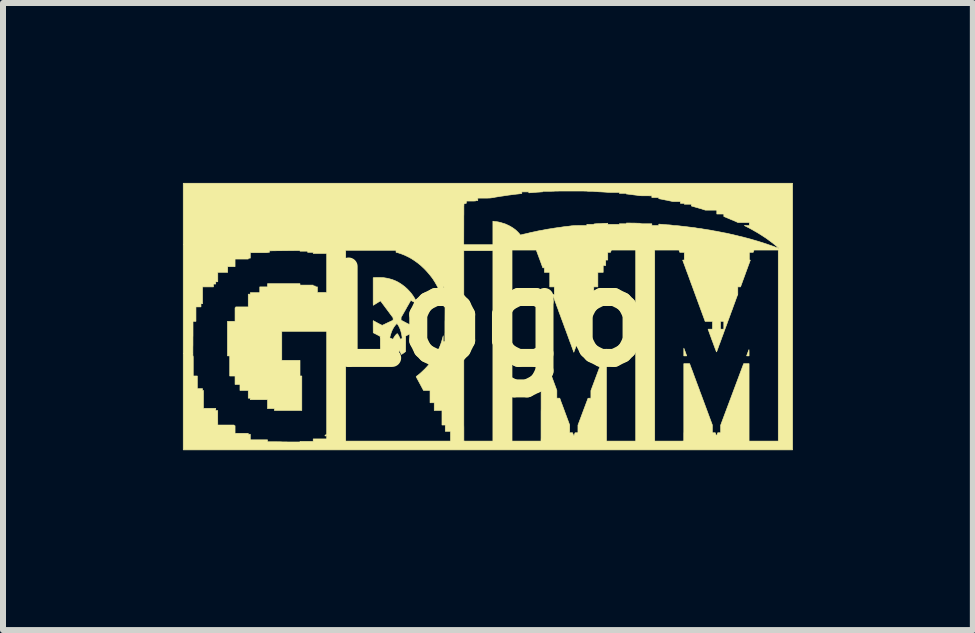
<source format=kicad_pcb>
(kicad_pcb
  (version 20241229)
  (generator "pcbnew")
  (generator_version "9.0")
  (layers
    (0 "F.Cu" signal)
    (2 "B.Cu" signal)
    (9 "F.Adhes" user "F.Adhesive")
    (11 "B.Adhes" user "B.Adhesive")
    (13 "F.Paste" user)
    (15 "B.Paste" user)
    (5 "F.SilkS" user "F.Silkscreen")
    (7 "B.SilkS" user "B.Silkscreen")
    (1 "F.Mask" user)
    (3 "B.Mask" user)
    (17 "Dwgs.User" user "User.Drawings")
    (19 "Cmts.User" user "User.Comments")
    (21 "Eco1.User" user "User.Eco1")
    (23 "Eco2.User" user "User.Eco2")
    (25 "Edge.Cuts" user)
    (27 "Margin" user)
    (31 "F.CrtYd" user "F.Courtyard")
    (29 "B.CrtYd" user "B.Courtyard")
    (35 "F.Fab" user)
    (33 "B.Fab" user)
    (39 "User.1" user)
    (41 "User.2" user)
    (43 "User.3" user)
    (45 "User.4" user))
  (footprint "Logo"
    (layer "F.Cu")
    (at 5.085 2.228)
    (property "Reference" "Logo" (at 0 0 0) (layer "F.SilkS") (effects (font (size 1.524 1.524) (thickness 0.3))))
    (attr through_hole)
    (fp_poly (pts (xy 4.352 0.552) (xy 4.353 0.557) (xy 4.353 0.565) (xy 4.354 0.576) (xy 4.354 0.589) (xy 4.354 0.602) (xy 4.354 0.656) (xy 4.334 0.656) (xy 4.325 0.656) (xy 4.318 0.656) (xy 4.314 0.655) (xy 4.314 0.654) (xy 4.314 0.652) (xy 4.316 0.647) (xy 4.319 0.638) (xy 4.323 0.628) (xy 4.327 0.616) (xy 4.332 0.604) (xy 4.337 0.591) (xy 4.341 0.579) (xy 4.345 0.569) (xy 4.349 0.56) (xy 4.351 0.553) (xy 4.352 0.551) (xy 4.352 0.552)) (stroke (width 0.01) (type solid)) (fill yes) (layer "F.SilkS"))
    (fp_poly (pts (xy 3.268 0.529) (xy 3.27 0.535) (xy 3.273 0.544) (xy 3.277 0.555) (xy 3.282 0.568) (xy 3.288 0.582) (xy 3.29 0.588) (xy 3.296 0.604) (xy 3.301 0.618) (xy 3.305 0.63) (xy 3.309 0.64) (xy 3.312 0.648) (xy 3.313 0.652) (xy 3.314 0.652) (xy 3.314 0.654) (xy 3.313 0.655) (xy 3.31 0.656) (xy 3.304 0.656) (xy 3.295 0.656) (xy 3.291 0.656) (xy 3.266 0.656) (xy 3.266 0.591) (xy 3.266 0.575) (xy 3.266 0.561) (xy 3.266 0.548) (xy 3.266 0.538) (xy 3.267 0.531) (xy 3.267 0.528) (xy 3.267 0.527) (xy 3.268 0.529)) (stroke (width 0.01) (type solid)) (fill yes) (layer "F.SilkS"))
    (fp_poly (pts (xy -1.822 -0.651) (xy -1.801 -0.651) (xy -1.783 -0.65) (xy -1.768 -0.65) (xy -1.756 -0.65) (xy -1.745 -0.649) (xy -1.736 -0.648) (xy -1.73 -0.647) (xy -1.681 -0.639) (xy -1.635 -0.628) (xy -1.591 -0.615) (xy -1.55 -0.599) (xy -1.541 -0.595) (xy -1.498 -0.574) (xy -1.457 -0.549) (xy -1.416 -0.52) (xy -1.377 -0.489) (xy -1.34 -0.455) (xy -1.305 -0.418) (xy -1.273 -0.38) (xy -1.244 -0.339) (xy -1.229 -0.315) (xy -1.222 -0.304) (xy -1.215 -0.292) (xy -1.208 -0.279) (xy -1.202 -0.266) (xy -1.195 -0.253) (xy -1.19 -0.241) (xy -1.186 -0.231) (xy -1.182 -0.224) (xy -1.181 -0.218) (xy -1.181 -0.216) (xy -1.184 -0.217) (xy -1.19 -0.22) (xy -1.2 -0.224) (xy -1.213 -0.231) (xy -1.228 -0.239) (xy -1.246 -0.249) (xy -1.252 -0.252) (xy -1.263 -0.258) (xy -1.272 -0.263) (xy -1.279 -0.267) (xy -1.284 -0.27) (xy -1.286 -0.27) (xy -1.287 -0.269) (xy -1.29 -0.263) (xy -1.295 -0.255) (xy -1.301 -0.244) (xy -1.309 -0.23) (xy -1.318 -0.214) (xy -1.328 -0.196) (xy -1.34 -0.176) (xy -1.352 -0.155) (xy -1.364 -0.132) (xy -1.367 -0.127) (xy -1.448 0.015) (xy -1.448 0.038) (xy -1.448 0.06) (xy -1.376 0.098) (xy -1.357 0.108) (xy -1.341 0.116) (xy -1.329 0.122) (xy -1.319 0.127) (xy -1.312 0.13) (xy -1.307 0.133) (xy -1.303 0.134) (xy -1.3 0.134) (xy -1.299 0.134) (xy -1.296 0.132) (xy -1.291 0.128) (xy -1.283 0.121) (xy -1.274 0.113) (xy -1.262 0.103) (xy -1.25 0.093) (xy -1.237 0.081) (xy -1.223 0.069) (xy -1.209 0.057) (xy -1.196 0.045) (xy -1.184 0.034) (xy -1.172 0.024) (xy -1.162 0.015) (xy -1.154 0.008) (xy -1.149 0.003) (xy -1.135 -0.011) (xy -1.134 -0.004) (xy -1.133 0.001) (xy -1.133 0.01) (xy -1.133 0.022) (xy -1.132 0.035) (xy -1.133 0.049) (xy -1.133 0.064) (xy -1.133 0.078) (xy -1.134 0.091) (xy -1.134 0.101) (xy -1.135 0.102) (xy -1.137 0.125) (xy -1.14 0.148) (xy -1.143 0.171) (xy -1.147 0.191) (xy -1.15 0.208) (xy -1.248 0.26) (xy -1.267 0.27) (xy -1.285 0.28) (xy -1.303 0.289) (xy -1.318 0.297) (xy -1.332 0.304) (xy -1.343 0.31) (xy -1.352 0.315) (xy -1.357 0.318) (xy -1.358 0.318) (xy -1.371 0.325) (xy -1.371 0.453) (xy -1.372 0.582) (xy -1.384 0.592) (xy -1.39 0.597) (xy -1.398 0.602) (xy -1.407 0.609) (xy -1.417 0.615) (xy -1.425 0.621) (xy -1.433 0.626) (xy -1.439 0.629) (xy -1.442 0.631) (xy -1.442 0.631) (xy -1.444 0.629) (xy -1.446 0.625) (xy -1.451 0.613) (xy -1.456 0.602) (xy -1.462 0.591) (xy -1.467 0.581) (xy -1.472 0.574) (xy -1.475 0.569) (xy -1.477 0.567) (xy -1.479 0.569) (xy -1.481 0.573) (xy -1.484 0.581) (xy -1.487 0.592) (xy -1.489 0.597) (xy -1.491 0.605) (xy -1.493 0.615) (xy -1.495 0.626) (xy -1.497 0.638) (xy -1.499 0.648) (xy -1.5 0.657) (xy -1.501 0.663) (xy -1.501 0.663) (xy -1.503 0.665) (xy -1.507 0.668) (xy -1.515 0.671) (xy -1.523 0.675) (xy -1.532 0.678) (xy -1.54 0.682) (xy -1.547 0.684) (xy -1.551 0.685) (xy -1.553 0.685) (xy -1.554 0.683) (xy -1.557 0.677) (xy -1.56 0.67) (xy -1.563 0.662) (xy -1.567 0.651) (xy -1.572 0.64) (xy -1.577 0.63) (xy -1.581 0.622) (xy -1.584 0.615) (xy -1.587 0.612) (xy -1.588 0.612) (xy -1.59 0.614) (xy -1.592 0.619) (xy -1.595 0.627) (xy -1.598 0.638) (xy -1.602 0.649) (xy -1.605 0.662) (xy -1.608 0.674) (xy -1.61 0.686) (xy -1.611 0.692) (xy -1.612 0.7) (xy -1.613 0.705) (xy -1.613 0.708) (xy -1.613 0.708) (xy -1.616 0.709) (xy -1.621 0.711) (xy -1.629 0.712) (xy -1.637 0.715) (xy -1.646 0.717) (xy -1.653 0.718) (xy -1.658 0.719) (xy -1.66 0.72) (xy -1.662 0.718) (xy -1.665 0.713) (xy -1.668 0.704) (xy -1.669 0.701) (xy -1.673 0.69) (xy -1.678 0.678) (xy -1.683 0.666) (xy -1.689 0.655) (xy -1.694 0.646) (xy -1.696 0.643) (xy -1.699 0.64) (xy -1.701 0.64) (xy -1.703 0.642) (xy -1.706 0.647) (xy -1.709 0.655) (xy -1.712 0.665) (xy -1.716 0.677) (xy -1.719 0.689) (xy -1.721 0.7) (xy -1.723 0.709) (xy -1.724 0.718) (xy -1.726 0.725) (xy -1.727 0.729) (xy -1.727 0.73) (xy -1.73 0.731) (xy -1.736 0.733) (xy -1.746 0.734) (xy -1.758 0.735) (xy -1.772 0.737) (xy -1.779 0.737) (xy -1.793 0.738) (xy -1.793 0.537) (xy -1.793 0.501) (xy -1.794 0.469) (xy -1.794 0.44) (xy -1.794 0.416) (xy -1.794 0.395) (xy -1.794 0.377) (xy -1.795 0.362) (xy -1.795 0.352) (xy -1.636 0.352) (xy -1.635 0.355) (xy -1.633 0.357) (xy -1.628 0.359) (xy -1.62 0.363) (xy -1.611 0.367) (xy -1.61 0.367) (xy -1.6 0.371) (xy -1.593 0.374) (xy -1.588 0.375) (xy -1.585 0.376) (xy -1.583 0.375) (xy -1.581 0.374) (xy -1.578 0.37) (xy -1.577 0.368) (xy -1.576 0.365) (xy -1.573 0.359) (xy -1.568 0.352) (xy -1.563 0.343) (xy -1.557 0.334) (xy -1.552 0.326) (xy -1.548 0.32) (xy -1.541 0.312) (xy -1.533 0.303) (xy -1.526 0.295) (xy -1.525 0.295) (xy -1.518 0.289) (xy -1.514 0.286) (xy -1.511 0.285) (xy -1.51 0.286) (xy -1.505 0.291) (xy -1.5 0.299) (xy -1.493 0.309) (xy -1.487 0.322) (xy -1.48 0.335) (xy -1.473 0.348) (xy -1.467 0.361) (xy -1.464 0.369) (xy -1.46 0.378) (xy -1.449 0.374) (xy -1.443 0.372) (xy -1.437 0.369) (xy -1.435 0.368) (xy -1.432 0.366) (xy -1.431 0.362) (xy -1.431 0.355) (xy -1.431 0.345) (xy -1.433 0.332) (xy -1.433 0.33) (xy -1.438 0.3) (xy -1.445 0.27) (xy -1.453 0.24) (xy -1.463 0.211) (xy -1.475 0.183) (xy -1.487 0.159) (xy -1.5 0.137) (xy -1.505 0.131) (xy -1.516 0.116) (xy -1.524 0.123) (xy -1.534 0.132) (xy -1.545 0.145) (xy -1.557 0.16) (xy -1.569 0.178) (xy -1.58 0.197) (xy -1.591 0.216) (xy -1.597 0.23) (xy -1.602 0.24) (xy -1.607 0.253) (xy -1.612 0.267) (xy -1.617 0.282) (xy -1.622 0.297) (xy -1.626 0.311) (xy -1.63 0.324) (xy -1.633 0.336) (xy -1.635 0.346) (xy -1.636 0.352) (xy -1.795 0.352) (xy -1.795 0.351) (xy -1.795 0.342) (xy -1.796 0.336) (xy -1.796 0.332) (xy -1.796 0.331) (xy -1.799 0.329) (xy -1.805 0.326) (xy -1.813 0.321) (xy -1.825 0.314) (xy -1.838 0.308) (xy -1.853 0.3) (xy -1.856 0.298) (xy -1.912 0.27) (xy -1.913 0.169) (xy -1.913 0.149) (xy -1.913 0.13) (xy -1.913 0.113) (xy -1.913 0.098) (xy -1.913 0.085) (xy -1.913 0.076) (xy -1.912 0.07) (xy -1.912 0.068) (xy -1.912 0.068) (xy -1.909 0.069) (xy -1.905 0.072) (xy -1.903 0.073) (xy -1.898 0.076) (xy -1.891 0.08) (xy -1.881 0.085) (xy -1.869 0.092) (xy -1.856 0.099) (xy -1.842 0.106) (xy -1.828 0.114) (xy -1.814 0.121) (xy -1.801 0.128) (xy -1.789 0.134) (xy -1.778 0.139) (xy -1.771 0.143) (xy -1.765 0.145) (xy -1.764 0.146) (xy -1.761 0.145) (xy -1.755 0.143) (xy -1.746 0.139) (xy -1.734 0.133) (xy -1.72 0.127) (xy -1.705 0.119) (xy -1.687 0.111) (xy -1.671 0.103) (xy -1.581 0.061) (xy -1.581 0.02) (xy -1.686 -0.121) (xy -1.791 -0.262) (xy -1.81 -0.25) (xy -1.818 -0.245) (xy -1.829 -0.239) (xy -1.841 -0.231) (xy -1.854 -0.223) (xy -1.868 -0.215) (xy -1.87 -0.213) (xy -1.882 -0.206) (xy -1.892 -0.2) (xy -1.901 -0.194) (xy -1.907 -0.191) (xy -1.911 -0.189) (xy -1.912 -0.188) (xy -1.912 -0.19) (xy -1.912 -0.196) (xy -1.912 -0.206) (xy -1.913 -0.219) (xy -1.913 -0.236) (xy -1.913 -0.255) (xy -1.913 -0.277) (xy -1.913 -0.301) (xy -1.913 -0.327) (xy -1.913 -0.355) (xy -1.913 -0.384) (xy -1.913 -0.415) (xy -1.913 -0.647) (xy -1.901 -0.649) (xy -1.896 -0.65) (xy -1.887 -0.65) (xy -1.876 -0.65) (xy -1.862 -0.651) (xy -1.846 -0.651) (xy -1.829 -0.651) (xy -1.822 -0.651)) (stroke (width 0.01) (type solid)) (fill yes) (layer "F.SilkS"))
    (fp_poly (pts (xy 5.08 2.223) (xy -5.08 2.223) (xy -5.08 0.598) (xy -4.919 0.598) (xy -4.919 0.612) (xy -4.919 0.624) (xy -4.919 0.634) (xy -4.919 0.641) (xy -4.919 0.647) (xy -4.918 0.651) (xy -4.918 0.654) (xy -4.917 0.655) (xy -4.917 0.656) (xy -4.916 0.656) (xy -4.916 0.656) (xy -4.915 0.657) (xy -4.915 0.659) (xy -4.914 0.662) (xy -4.914 0.667) (xy -4.914 0.673) (xy -4.913 0.681) (xy -4.913 0.691) (xy -4.913 0.704) (xy -4.913 0.72) (xy -4.913 0.739) (xy -4.913 0.762) (xy -4.913 0.788) (xy -4.913 0.817) (xy -4.913 0.991) (xy -4.845 0.991) (xy -4.845 1.202) (xy -4.758 1.202) (xy -4.758 1.232) (xy -4.743 1.232) (xy -4.743 1.53) (xy -4.538 1.53) (xy -4.538 1.566) (xy -4.522 1.567) (xy -4.505 1.567) (xy -4.505 1.688) (xy -4.504 1.808) (xy -4.233 1.808) (xy -4.233 1.814) (xy -4.233 1.818) (xy -4.231 1.82) (xy -4.227 1.82) (xy -4.225 1.82) (xy -4.216 1.82) (xy -4.216 1.947) (xy -3.996 1.947) (xy -3.996 1.962) (xy -3.962 1.962) (xy -3.962 2.055) (xy -3.675 2.055) (xy -3.675 2.087) (xy -3.567 2.087) (xy -3.545 2.087) (xy -3.524 2.087) (xy -3.504 2.088) (xy -3.486 2.088) (xy -3.47 2.088) (xy -3.457 2.088) (xy -3.447 2.089) (xy -3.44 2.089) (xy -3.44 2.089) (xy -3.434 2.089) (xy -3.425 2.09) (xy -3.412 2.09) (xy -3.396 2.09) (xy -3.378 2.09) (xy -3.357 2.09) (xy -3.335 2.091) (xy -3.311 2.091) (xy -3.286 2.091) (xy -3.276 2.091) (xy -3.133 2.091) (xy -3.133 2.081) (xy -2.913 2.081) (xy -2.913 2.04) (xy -2.688 2.04) (xy -2.688 2.012) (xy -2.688 2.001) (xy -2.688 1.993) (xy -2.689 1.986) (xy -2.689 1.983) (xy -2.689 1.983) (xy -2.691 1.984) (xy -2.696 1.986) (xy -2.699 1.988) (xy -2.706 1.991) (xy -2.712 1.991) (xy -2.717 1.989) (xy -2.718 1.985) (xy -2.716 1.982) (xy -2.71 1.977) (xy -2.703 1.971) (xy -2.688 1.962) (xy -2.688 0.246) (xy -3.437 0.246) (xy -3.437 0.73) (xy -3.133 0.73) (xy -3.133 0.991) (xy -3.103 0.991) (xy -3.103 1.566) (xy -3.56 1.566) (xy -3.56 1.535) (xy -3.675 1.535) (xy -3.675 1.386) (xy -3.962 1.386) (xy -3.962 1.361) (xy -3.996 1.361) (xy -3.996 1.232) (xy -4.134 1.232) (xy -4.134 1.132) (xy -4.216 1.132) (xy -4.216 0.991) (xy -4.305 0.991) (xy -4.305 0.656) (xy -4.343 0.656) (xy -4.343 0.08) (xy -4.216 0.08) (xy -4.216 -0.146) (xy -4.21 -0.146) (xy -4.206 -0.146) (xy -4.204 -0.149) (xy -4.204 -0.153) (xy -4.204 -0.161) (xy -3.996 -0.161) (xy -3.996 -0.373) (xy -3.962 -0.373) (xy -3.962 -0.398) (xy -3.804 -0.398) (xy -3.804 -0.495) (xy -3.675 -0.495) (xy -3.675 -0.548) (xy -3.133 -0.548) (xy -3.133 -0.525) (xy -2.913 -0.525) (xy -2.913 -0.51) (xy -2.879 -0.51) (xy -2.879 -0.495) (xy -2.843 -0.495) (xy -2.843 -0.402) (xy -2.688 -0.402) (xy -2.688 -1.052) (xy -2.913 -1.052) (xy -2.913 -1.071) (xy -3.006 -1.071) (xy -3.006 -1.09) (xy -3.133 -1.09) (xy -3.133 -1.101) (xy -3.287 -1.1) (xy -3.315 -1.1) (xy -3.346 -1.099) (xy -3.376 -1.099) (xy -3.407 -1.099) (xy -3.438 -1.098) (xy -3.467 -1.098) (xy -3.494 -1.098) (xy -3.518 -1.098) (xy -3.539 -1.097) (xy -3.542 -1.097) (xy -3.643 -1.096) (xy -3.643 -1.071) (xy -3.659 -1.071) (xy -3.667 -1.071) (xy -3.672 -1.07) (xy -3.674 -1.069) (xy -3.675 -1.068) (xy -3.675 -1.067) (xy -3.676 -1.067) (xy -3.679 -1.066) (xy -3.683 -1.066) (xy -3.689 -1.066) (xy -3.697 -1.065) (xy -3.707 -1.065) (xy -3.721 -1.065) (xy -3.737 -1.065) (xy -3.756 -1.065) (xy -3.779 -1.065) (xy -3.806 -1.065) (xy -3.818 -1.065) (xy -3.962 -1.065) (xy -3.962 -0.974) (xy -3.996 -0.974) (xy -3.996 -0.959) (xy -4.216 -0.959) (xy -4.216 -0.832) (xy -4.339 -0.832) (xy -4.339 -0.737) (xy -4.504 -0.737) (xy -4.504 -0.58) (xy -4.538 -0.58) (xy -4.538 -0.542) (xy -4.576 -0.542) (xy -4.576 -0.495) (xy -4.758 -0.495) (xy -4.758 -0.214) (xy -4.784 -0.214) (xy -4.784 -0.161) (xy -4.868 -0.161) (xy -4.868 0.08) (xy -4.917 0.08) (xy -4.917 0.187) (xy -4.917 0.207) (xy -4.917 0.23) (xy -4.917 0.256) (xy -4.917 0.285) (xy -4.917 0.315) (xy -4.918 0.347) (xy -4.918 0.379) (xy -4.918 0.412) (xy -4.918 0.443) (xy -4.918 0.474) (xy -4.918 0.475) (xy -4.919 0.507) (xy -4.919 0.535) (xy -4.919 0.559) (xy -4.919 0.58) (xy -4.919 0.598) (xy -5.08 0.598) (xy -5.08 -1.105) (xy -2.371 -1.105) (xy -2.371 2.076) (xy -0.624 2.076) (xy -0.624 1.913) (xy -0.711 1.913) (xy -0.711 1.808) (xy -0.766 1.808) (xy -0.766 1.566) (xy -0.895 1.566) (xy -0.895 1.437) (xy -0.965 1.437) (xy -0.965 1.232) (xy -1.02 1.232) (xy -1.074 1.232) (xy -1.133 1.121) (xy -1.144 1.101) (xy -1.154 1.082) (xy -1.164 1.064) (xy -1.172 1.048) (xy -1.18 1.034) (xy -1.186 1.023) (xy -1.191 1.014) (xy -1.194 1.008) (xy -1.195 1.006) (xy -1.196 1.004) (xy -1.196 1.002) (xy -1.195 1) (xy -1.191 0.997) (xy -1.186 0.992) (xy -1.177 0.985) (xy -1.172 0.982) (xy -1.149 0.964) (xy -1.128 0.946) (xy -1.107 0.927) (xy -1.086 0.907) (xy -1.063 0.885) (xy -1.058 0.881) (xy -1.009 0.829) (xy -0.964 0.775) (xy -0.922 0.72) (xy -0.885 0.663) (xy -0.851 0.604) (xy -0.821 0.544) (xy -0.794 0.481) (xy -0.772 0.417) (xy -0.754 0.353) (xy -0.745 0.321) (xy -0.745 0.368) (xy -0.745 0.415) (xy -0.718 0.415) (xy -0.718 0.308) (xy -0.718 0.289) (xy -0.717 0.266) (xy -0.717 0.239) (xy -0.717 0.211) (xy -0.717 0.18) (xy -0.717 0.149) (xy -0.717 0.116) (xy -0.717 0.084) (xy -0.716 0.052) (xy -0.716 0.021) (xy -0.716 0.02) (xy -0.715 -0.161) (xy -0.732 -0.161) (xy -0.732 -0.495) (xy -0.745 -0.495) (xy -0.745 -0.366) (xy -0.745 -0.236) (xy -0.754 -0.268) (xy -0.773 -0.334) (xy -0.796 -0.399) (xy -0.823 -0.462) (xy -0.854 -0.523) (xy -0.888 -0.582) (xy -0.926 -0.64) (xy -0.969 -0.695) (xy -1.015 -0.749) (xy -1.064 -0.801) (xy -1.07 -0.806) (xy -1.12 -0.853) (xy -1.172 -0.895) (xy -1.225 -0.933) (xy -1.279 -0.968) (xy -1.335 -0.998) (xy -1.392 -1.025) (xy -1.451 -1.048) (xy -1.486 -1.059) (xy -1.497 -1.063) (xy -1.508 -1.066) (xy -1.517 -1.068) (xy -1.523 -1.07) (xy -1.525 -1.07) (xy -1.532 -1.072) (xy -1.532 -1.099) (xy -0.402 -1.099) (xy -0.402 0.488) (xy -0.402 0.569) (xy -0.402 0.65) (xy -0.402 0.73) (xy -0.402 0.808) (xy -0.402 0.885) (xy -0.402 0.961) (xy -0.402 1.035) (xy -0.402 1.107) (xy -0.402 1.178) (xy -0.402 1.246) (xy -0.402 1.313) (xy -0.402 1.378) (xy -0.402 1.44) (xy -0.402 1.5) (xy -0.402 1.558) (xy -0.402 1.613) (xy -0.402 1.666) (xy -0.402 1.716) (xy -0.402 1.763) (xy -0.402 1.808) (xy -0.401 1.849) (xy -0.401 1.887) (xy -0.401 1.922) (xy -0.401 1.954) (xy -0.401 1.982) (xy -0.401 2.007) (xy -0.401 2.028) (xy -0.401 2.045) (xy -0.401 2.059) (xy -0.401 2.068) (xy -0.401 2.074) (xy -0.401 2.075) (xy -0.398 2.075) (xy -0.392 2.075) (xy -0.382 2.076) (xy -0.369 2.076) (xy -0.352 2.076) (xy -0.333 2.076) (xy -0.311 2.076) (xy -0.287 2.076) (xy -0.26 2.076) (xy -0.232 2.076) (xy -0.202 2.076) (xy -0.171 2.076) (xy -0.158 2.076) (xy 0.083 2.076) (xy 0.083 -1.099) (xy -0.402 -1.099) (xy -1.532 -1.099) (xy -1.532 -1.105) (xy -2.371 -1.105) (xy -5.08 -1.105) (xy -5.08 -1.109) (xy 0.402 -1.109) (xy 0.402 2.076) (xy 0.643 2.076) (xy 0.675 2.076) (xy 0.705 2.076) (xy 0.734 2.076) (xy 0.762 2.076) (xy 0.787 2.076) (xy 0.81 2.076) (xy 0.83 2.076) (xy 0.848 2.076) (xy 0.862 2.076) (xy 0.874 2.076) (xy 0.881 2.076) (xy 0.885 2.076) (xy 0.885 2.076) (xy 0.885 2.074) (xy 0.885 2.068) (xy 0.885 2.057) (xy 0.885 2.043) (xy 0.886 2.026) (xy 0.886 2.005) (xy 0.886 1.98) (xy 0.886 1.953) (xy 0.886 1.922) (xy 0.886 1.889) (xy 0.886 1.852) (xy 0.886 1.813) (xy 0.886 1.772) (xy 0.886 1.728) (xy 0.886 1.682) (xy 0.886 1.635) (xy 0.886 1.585) (xy 0.887 1.534) (xy 0.887 1.481) (xy 0.887 1.426) (xy 0.887 1.37) (xy 0.887 1.314) (xy 0.887 1.301) (xy 0.888 0.526) (xy 0.912 0.591) (xy 0.936 0.655) (xy 0.936 0.72) (xy 0.936 0.785) (xy 0.984 0.785) (xy 0.989 0.797) (xy 0.99 0.801) (xy 0.993 0.808) (xy 0.997 0.819) (xy 1.002 0.833) (xy 1.008 0.85) (xy 1.015 0.869) (xy 1.023 0.891) (xy 1.032 0.914) (xy 1.041 0.94) (xy 1.051 0.966) (xy 1.062 0.994) (xy 1.071 1.02) (xy 1.149 1.231) (xy 1.149 1.361) (xy 1.198 1.361) (xy 1.2 1.367) (xy 1.201 1.37) (xy 1.203 1.376) (xy 1.207 1.386) (xy 1.212 1.399) (xy 1.217 1.415) (xy 1.224 1.434) (xy 1.232 1.455) (xy 1.241 1.478) (xy 1.25 1.503) (xy 1.26 1.529) (xy 1.27 1.557) (xy 1.281 1.586) (xy 1.282 1.59) (xy 1.363 1.808) (xy 1.363 1.937) (xy 1.411 1.937) (xy 1.421 1.964) (xy 1.425 1.974) (xy 1.428 1.982) (xy 1.431 1.988) (xy 1.432 1.991) (xy 1.433 1.991) (xy 1.434 1.988) (xy 1.436 1.983) (xy 1.439 1.975) (xy 1.443 1.965) (xy 1.444 1.964) (xy 1.453 1.938) (xy 1.477 1.937) (xy 1.501 1.937) (xy 1.501 1.874) (xy 1.501 1.811) (xy 1.585 1.586) (xy 1.669 1.362) (xy 1.693 1.361) (xy 1.717 1.361) (xy 1.717 1.298) (xy 1.717 1.235) (xy 1.846 0.889) (xy 1.976 0.543) (xy 1.976 1.31) (xy 1.977 2.076) (xy 2.464 2.076) (xy 2.464 -1.109) (xy 2.781 -1.109) (xy 2.781 2.076) (xy 3.022 2.076) (xy 3.06 2.076) (xy 3.093 2.076) (xy 3.122 2.076) (xy 3.148 2.076) (xy 3.171 2.076) (xy 3.19 2.076) (xy 3.207 2.076) (xy 3.221 2.076) (xy 3.233 2.076) (xy 3.242 2.076) (xy 3.249 2.075) (xy 3.255 2.075) (xy 3.259 2.075) (xy 3.262 2.074) (xy 3.264 2.074) (xy 3.265 2.073) (xy 3.265 2.073) (xy 3.265 2.071) (xy 3.265 2.064) (xy 3.265 2.054) (xy 3.265 2.04) (xy 3.265 2.022) (xy 3.265 2.001) (xy 3.265 1.977) (xy 3.265 1.949) (xy 3.266 1.919) (xy 3.266 1.886) (xy 3.266 1.85) (xy 3.266 1.812) (xy 3.266 1.772) (xy 3.266 1.729) (xy 3.266 1.685) (xy 3.266 1.639) (xy 3.266 1.591) (xy 3.266 1.542) (xy 3.266 1.491) (xy 3.266 1.439) (xy 3.266 0.785) (xy 3.363 0.785) (xy 3.369 0.803) (xy 3.371 0.806) (xy 3.373 0.814) (xy 3.377 0.825) (xy 3.383 0.839) (xy 3.389 0.857) (xy 3.397 0.877) (xy 3.406 0.901) (xy 3.416 0.927) (xy 3.426 0.956) (xy 3.438 0.988) (xy 3.45 1.021) (xy 3.464 1.057) (xy 3.477 1.094) (xy 3.492 1.133) (xy 3.507 1.174) (xy 3.523 1.216) (xy 3.538 1.259) (xy 3.555 1.303) (xy 3.559 1.314) (xy 3.742 1.808) (xy 3.742 1.937) (xy 3.79 1.937) (xy 3.799 1.962) (xy 3.803 1.971) (xy 3.806 1.98) (xy 3.808 1.986) (xy 3.81 1.989) (xy 3.81 1.989) (xy 3.811 1.989) (xy 3.813 1.987) (xy 3.816 1.981) (xy 3.82 1.971) (xy 3.824 1.959) (xy 3.828 1.948) (xy 3.832 1.937) (xy 3.88 1.937) (xy 3.88 1.874) (xy 3.88 1.811) (xy 4.072 1.298) (xy 4.264 0.785) (xy 4.354 0.785) (xy 4.354 2.076) (xy 4.841 2.076) (xy 4.841 -1.109) (xy 4.437 -1.109) (xy 4.423 -1.071) (xy 4.358 -1.071) (xy 4.358 -0.942) (xy 4.367 -0.942) (xy 4.373 -0.941) (xy 4.375 -0.94) (xy 4.375 -0.939) (xy 4.374 -0.937) (xy 4.372 -0.931) (xy 4.368 -0.921) (xy 4.363 -0.909) (xy 4.358 -0.893) (xy 4.351 -0.875) (xy 4.343 -0.854) (xy 4.335 -0.831) (xy 4.326 -0.806) (xy 4.316 -0.78) (xy 4.306 -0.752) (xy 4.295 -0.723) (xy 4.293 -0.716) (xy 4.212 -0.495) (xy 4.166 -0.495) (xy 4.166 -0.368) (xy 4.148 -0.368) (xy 4.131 -0.367) (xy 4.147 -0.367) (xy 4.155 -0.366) (xy 4.161 -0.366) (xy 4.163 -0.365) (xy 4.163 -0.365) (xy 4.163 -0.363) (xy 4.161 -0.357) (xy 4.157 -0.348) (xy 4.152 -0.335) (xy 4.147 -0.319) (xy 4.139 -0.3) (xy 4.131 -0.277) (xy 4.122 -0.252) (xy 4.112 -0.225) (xy 4.101 -0.195) (xy 4.089 -0.163) (xy 4.077 -0.128) (xy 4.063 -0.092) (xy 4.049 -0.054) (xy 4.035 -0.015) (xy 4.02 0.026) (xy 4.004 0.068) (xy 3.99 0.108) (xy 3.974 0.151) (xy 3.958 0.194) (xy 3.943 0.234) (xy 3.929 0.274) (xy 3.915 0.312) (xy 3.901 0.349) (xy 3.889 0.383) (xy 3.877 0.415) (xy 3.866 0.446) (xy 3.855 0.473) (xy 3.846 0.499) (xy 3.838 0.521) (xy 3.831 0.541) (xy 3.825 0.557) (xy 3.82 0.57) (xy 3.816 0.58) (xy 3.814 0.586) (xy 3.813 0.588) (xy 3.813 0.589) (xy 3.812 0.589) (xy 3.812 0.589) (xy 3.811 0.587) (xy 3.809 0.585) (xy 3.807 0.581) (xy 3.805 0.575) (xy 3.802 0.567) (xy 3.798 0.557) (xy 3.793 0.544) (xy 3.787 0.529) (xy 3.781 0.512) (xy 3.773 0.491) (xy 3.764 0.467) (xy 3.754 0.439) (xy 3.742 0.407) (xy 3.741 0.405) (xy 3.731 0.378) (xy 3.722 0.352) (xy 3.713 0.327) (xy 3.704 0.304) (xy 3.697 0.283) (xy 3.69 0.264) (xy 3.684 0.248) (xy 3.679 0.234) (xy 3.675 0.223) (xy 3.672 0.216) (xy 3.671 0.213) (xy 3.671 0.212) (xy 3.671 0.211) (xy 3.674 0.21) (xy 3.68 0.21) (xy 3.688 0.21) (xy 3.701 0.21) (xy 3.707 0.21) (xy 3.744 0.21) (xy 3.744 0.08) (xy 3.878 0.08) (xy 3.878 0.21) (xy 3.933 0.21) (xy 3.933 0.08) (xy 3.878 0.08) (xy 3.744 0.08) (xy 3.744 0.08) (xy 3.683 0.081) (xy 3.622 0.081) (xy 3.435 -0.428) (xy 3.419 -0.472) (xy 3.403 -0.516) (xy 3.387 -0.558) (xy 3.372 -0.6) (xy 3.358 -0.639) (xy 3.344 -0.677) (xy 3.331 -0.713) (xy 3.318 -0.747) (xy 3.306 -0.779) (xy 3.296 -0.808) (xy 3.286 -0.835) (xy 3.277 -0.859) (xy 3.269 -0.881) (xy 3.262 -0.899) (xy 3.257 -0.914) (xy 3.252 -0.926) (xy 3.249 -0.934) (xy 3.248 -0.938) (xy 3.248 -0.939) (xy 3.248 -0.941) (xy 3.252 -0.942) (xy 3.259 -0.942) (xy 3.26 -0.942) (xy 3.274 -0.942) (xy 3.274 -1.071) (xy 3.199 -1.071) (xy 3.192 -1.09) (xy 3.185 -1.109) (xy 2.781 -1.109) (xy 2.464 -1.109) (xy 2.058 -1.109) (xy 2.051 -1.09) (xy 2.044 -1.071) (xy 1.998 -1.071) (xy 1.998 -0.942) (xy 1.964 -0.942) (xy 1.964 -0.851) (xy 1.922 -0.851) (xy 1.922 -0.737) (xy 1.833 -0.737) (xy 1.833 -0.495) (xy 1.765 -0.495) (xy 1.765 -0.366) (xy 1.775 -0.366) (xy 1.781 -0.366) (xy 1.784 -0.365) (xy 1.784 -0.365) (xy 1.784 -0.363) (xy 1.782 -0.357) (xy 1.778 -0.348) (xy 1.774 -0.336) (xy 1.768 -0.321) (xy 1.762 -0.304) (xy 1.755 -0.285) (xy 1.747 -0.263) (xy 1.739 -0.241) (xy 1.73 -0.217) (xy 1.721 -0.192) (xy 1.712 -0.166) (xy 1.702 -0.141) (xy 1.693 -0.115) (xy 1.684 -0.09) (xy 1.675 -0.065) (xy 1.666 -0.042) (xy 1.658 -0.019) (xy 1.65 0.002) (xy 1.643 0.02) (xy 1.637 0.037) (xy 1.632 0.051) (xy 1.628 0.063) (xy 1.625 0.071) (xy 1.623 0.076) (xy 1.622 0.077) (xy 1.622 0.078) (xy 1.62 0.078) (xy 1.618 0.079) (xy 1.614 0.08) (xy 1.609 0.08) (xy 1.601 0.08) (xy 1.59 0.08) (xy 1.576 0.08) (xy 1.559 0.08) (xy 1.539 0.08) (xy 1.456 0.08) (xy 1.456 0.21) (xy 1.514 0.21) (xy 1.53 0.21) (xy 1.543 0.21) (xy 1.555 0.21) (xy 1.564 0.21) (xy 1.57 0.211) (xy 1.573 0.211) (xy 1.573 0.211) (xy 1.572 0.213) (xy 1.57 0.219) (xy 1.567 0.228) (xy 1.562 0.241) (xy 1.556 0.256) (xy 1.55 0.274) (xy 1.543 0.294) (xy 1.534 0.316) (xy 1.526 0.34) (xy 1.516 0.366) (xy 1.506 0.393) (xy 1.502 0.404) (xy 1.432 0.595) (xy 1.429 0.585) (xy 1.428 0.582) (xy 1.425 0.576) (xy 1.422 0.566) (xy 1.417 0.553) (xy 1.411 0.536) (xy 1.404 0.517) (xy 1.396 0.495) (xy 1.387 0.47) (xy 1.377 0.443) (xy 1.366 0.415) (xy 1.355 0.384) (xy 1.343 0.352) (xy 1.331 0.318) (xy 1.318 0.283) (xy 1.305 0.247) (xy 1.291 0.21) (xy 1.277 0.173) (xy 1.264 0.136) (xy 1.25 0.098) (xy 1.236 0.06) (xy 1.222 0.023) (xy 1.209 -0.014) (xy 1.195 -0.05) (xy 1.182 -0.085) (xy 1.17 -0.12) (xy 1.158 -0.152) (xy 1.146 -0.183) (xy 1.136 -0.213) (xy 1.125 -0.24) (xy 1.116 -0.265) (xy 1.108 -0.288) (xy 1.1 -0.308) (xy 1.094 -0.326) (xy 1.089 -0.34) (xy 1.085 -0.351) (xy 1.082 -0.358) (xy 1.081 -0.362) (xy 1.08 -0.362) (xy 1.08 -0.364) (xy 1.082 -0.366) (xy 1.086 -0.366) (xy 1.093 -0.366) (xy 1.107 -0.366) (xy 1.107 -0.495) (xy 1.031 -0.495) (xy 1.031 -0.737) (xy 0.942 -0.737) (xy 0.942 -0.813) (xy 0.915 -0.813) (xy 0.864 -0.953) (xy 0.855 -0.976) (xy 0.847 -0.999) (xy 0.839 -1.02) (xy 0.832 -1.039) (xy 0.825 -1.057) (xy 0.82 -1.072) (xy 0.815 -1.084) (xy 0.812 -1.093) (xy 0.81 -1.099) (xy 0.809 -1.101) (xy 0.806 -1.109) (xy 0.402 -1.109) (xy -5.08 -1.109) (xy -5.08 -1.198) (xy -0.403 -1.198) (xy 0.083 -1.198) (xy 0.083 -1.394) (xy 0.083 -1.59) (xy 0.088 -1.589) (xy 0.095 -1.588) (xy 0.104 -1.586) (xy 0.115 -1.585) (xy 0.126 -1.583) (xy 0.136 -1.582) (xy 0.138 -1.582) (xy 0.152 -1.581) (xy 0.163 -1.579) (xy 0.171 -1.578) (xy 0.175 -1.577) (xy 0.18 -1.575) (xy 0.188 -1.574) (xy 0.196 -1.572) (xy 0.197 -1.571) (xy 0.206 -1.569) (xy 0.215 -1.567) (xy 0.222 -1.565) (xy 0.238 -1.56) (xy 0.25 -1.556) (xy 0.259 -1.553) (xy 0.265 -1.551) (xy 0.268 -1.55) (xy 0.269 -1.55) (xy 0.274 -1.549) (xy 0.277 -1.548) (xy 0.282 -1.547) (xy 0.288 -1.545) (xy 0.288 -1.544) (xy 0.294 -1.542) (xy 0.301 -1.539) (xy 0.31 -1.535) (xy 0.311 -1.534) (xy 0.343 -1.52) (xy 0.375 -1.503) (xy 0.405 -1.485) (xy 0.433 -1.466) (xy 0.458 -1.447) (xy 0.46 -1.446) (xy 0.472 -1.435) (xy 0.486 -1.422) (xy 0.501 -1.407) (xy 0.515 -1.392) (xy 0.528 -1.377) (xy 0.539 -1.363) (xy 0.543 -1.36) (xy 0.546 -1.359) (xy 0.549 -1.361) (xy 0.553 -1.362) (xy 0.56 -1.364) (xy 0.571 -1.367) (xy 0.586 -1.371) (xy 0.605 -1.375) (xy 0.627 -1.38) (xy 0.634 -1.381) (xy 0.649 -1.385) (xy 0.66 -1.387) (xy 0.67 -1.39) (xy 0.68 -1.392) (xy 0.691 -1.395) (xy 0.701 -1.398) (xy 0.707 -1.399) (xy 0.715 -1.401) (xy 0.727 -1.404) (xy 0.74 -1.406) (xy 0.754 -1.409) (xy 0.757 -1.41) (xy 0.771 -1.413) (xy 0.785 -1.415) (xy 0.798 -1.418) (xy 0.809 -1.421) (xy 0.816 -1.422) (xy 0.817 -1.423) (xy 0.823 -1.424) (xy 0.828 -1.425) (xy 0.834 -1.427) (xy 0.841 -1.428) (xy 0.85 -1.43) (xy 0.86 -1.432) (xy 0.874 -1.434) (xy 0.89 -1.437) (xy 0.91 -1.44) (xy 0.923 -1.443) (xy 0.934 -1.445) (xy 0.944 -1.447) (xy 0.951 -1.448) (xy 0.954 -1.449) (xy 0.955 -1.449) (xy 0.958 -1.45) (xy 0.965 -1.451) (xy 0.976 -1.453) (xy 0.992 -1.456) (xy 1.011 -1.459) (xy 1.035 -1.463) (xy 1.05 -1.465) (xy 1.064 -1.467) (xy 1.078 -1.469) (xy 1.09 -1.471) (xy 1.1 -1.473) (xy 1.107 -1.474) (xy 1.115 -1.476) (xy 1.126 -1.477) (xy 1.138 -1.479) (xy 1.151 -1.481) (xy 1.157 -1.482) (xy 1.17 -1.483) (xy 1.182 -1.485) (xy 1.194 -1.486) (xy 1.203 -1.488) (xy 1.205 -1.488) (xy 1.215 -1.489) (xy 1.226 -1.491) (xy 1.237 -1.493) (xy 1.238 -1.493) (xy 1.249 -1.495) (xy 1.263 -1.497) (xy 1.28 -1.499) (xy 1.298 -1.501) (xy 1.317 -1.503) (xy 1.335 -1.505) (xy 1.338 -1.505) (xy 1.348 -1.506) (xy 1.359 -1.508) (xy 1.367 -1.509) (xy 1.369 -1.509) (xy 1.381 -1.511) (xy 1.394 -1.513) (xy 1.409 -1.514) (xy 1.425 -1.515) (xy 1.443 -1.516) (xy 1.464 -1.517) (xy 1.488 -1.517) (xy 1.515 -1.518) (xy 1.547 -1.518) (xy 1.547 -1.518) (xy 1.649 -1.518) (xy 1.649 -1.537) (xy 1.707 -1.537) (xy 1.725 -1.537) (xy 1.738 -1.537) (xy 1.749 -1.537) (xy 1.756 -1.537) (xy 1.761 -1.538) (xy 1.764 -1.538) (xy 1.765 -1.539) (xy 1.765 -1.54) (xy 1.767 -1.542) (xy 1.772 -1.544) (xy 1.772 -1.544) (xy 1.779 -1.545) (xy 1.789 -1.546) (xy 1.802 -1.547) (xy 1.815 -1.548) (xy 1.83 -1.548) (xy 1.844 -1.549) (xy 1.856 -1.549) (xy 1.863 -1.549) (xy 1.874 -1.55) (xy 1.885 -1.55) (xy 1.893 -1.551) (xy 1.898 -1.551) (xy 1.903 -1.552) (xy 1.912 -1.553) (xy 1.923 -1.553) (xy 1.936 -1.554) (xy 1.95 -1.554) (xy 1.953 -1.554) (xy 1.998 -1.556) (xy 1.998 -1.537) (xy 2.191 -1.537) (xy 2.191 -1.547) (xy 2.307 -1.547) (xy 2.308 -1.553) (xy 2.308 -1.559) (xy 2.342 -1.559) (xy 2.373 -1.559) (xy 2.406 -1.558) (xy 2.44 -1.558) (xy 2.473 -1.557) (xy 2.499 -1.556) (xy 2.513 -1.556) (xy 2.524 -1.556) (xy 2.531 -1.555) (xy 2.536 -1.554) (xy 2.538 -1.554) (xy 2.54 -1.553) (xy 2.54 -1.551) (xy 2.54 -1.551) (xy 2.54 -1.55) (xy 2.541 -1.55) (xy 2.542 -1.549) (xy 2.545 -1.548) (xy 2.55 -1.548) (xy 2.556 -1.548) (xy 2.565 -1.548) (xy 2.576 -1.547) (xy 2.591 -1.547) (xy 2.609 -1.547) (xy 2.631 -1.547) (xy 2.733 -1.547) (xy 2.733 -1.518) (xy 2.849 -1.518) (xy 2.849 -1.541) (xy 2.869 -1.54) (xy 2.877 -1.539) (xy 2.889 -1.538) (xy 2.902 -1.537) (xy 2.917 -1.536) (xy 2.932 -1.534) (xy 2.932 -1.534) (xy 2.947 -1.533) (xy 2.963 -1.532) (xy 2.978 -1.531) (xy 2.991 -1.53) (xy 3 -1.529) (xy 3.013 -1.529) (xy 3.026 -1.528) (xy 3.04 -1.527) (xy 3.052 -1.525) (xy 3.064 -1.524) (xy 3.073 -1.522) (xy 3.079 -1.521) (xy 3.082 -1.52) (xy 3.082 -1.52) (xy 3.084 -1.52) (xy 3.09 -1.519) (xy 3.099 -1.518) (xy 3.11 -1.517) (xy 3.123 -1.517) (xy 3.123 -1.517) (xy 3.145 -1.516) (xy 3.168 -1.514) (xy 3.191 -1.512) (xy 3.204 -1.51) (xy 3.218 -1.508) (xy 3.233 -1.506) (xy 3.248 -1.505) (xy 3.26 -1.503) (xy 3.267 -1.503) (xy 3.278 -1.502) (xy 3.292 -1.5) (xy 3.307 -1.498) (xy 3.32 -1.497) (xy 3.321 -1.497) (xy 3.333 -1.495) (xy 3.348 -1.493) (xy 3.364 -1.491) (xy 3.381 -1.489) (xy 3.398 -1.487) (xy 3.398 -1.487) (xy 3.413 -1.485) (xy 3.426 -1.484) (xy 3.439 -1.482) (xy 3.448 -1.481) (xy 3.455 -1.48) (xy 3.457 -1.48) (xy 3.472 -1.477) (xy 3.487 -1.474) (xy 3.5 -1.472) (xy 3.512 -1.471) (xy 3.522 -1.469) (xy 3.528 -1.469) (xy 3.529 -1.469) (xy 3.533 -1.468) (xy 3.541 -1.467) (xy 3.551 -1.466) (xy 3.563 -1.464) (xy 3.576 -1.462) (xy 3.578 -1.461) (xy 3.603 -1.457) (xy 3.625 -1.454) (xy 3.643 -1.451) (xy 3.659 -1.448) (xy 3.673 -1.446) (xy 3.676 -1.446) (xy 3.682 -1.445) (xy 3.692 -1.443) (xy 3.705 -1.441) (xy 3.721 -1.438) (xy 3.738 -1.435) (xy 3.758 -1.431) (xy 3.778 -1.427) (xy 3.8 -1.424) (xy 3.821 -1.42) (xy 3.836 -1.417) (xy 3.85 -1.414) (xy 3.866 -1.411) (xy 3.882 -1.408) (xy 3.894 -1.405) (xy 3.905 -1.403) (xy 3.915 -1.401) (xy 3.924 -1.399) (xy 3.93 -1.398) (xy 3.931 -1.398) (xy 3.937 -1.397) (xy 3.947 -1.395) (xy 3.96 -1.393) (xy 3.976 -1.39) (xy 3.994 -1.386) (xy 4.013 -1.382) (xy 4.033 -1.377) (xy 4.054 -1.372) (xy 4.075 -1.368) (xy 4.096 -1.363) (xy 4.115 -1.358) (xy 4.133 -1.354) (xy 4.149 -1.35) (xy 4.163 -1.347) (xy 4.173 -1.344) (xy 4.174 -1.344) (xy 4.184 -1.341) (xy 4.194 -1.339) (xy 4.201 -1.337) (xy 4.205 -1.337) (xy 4.21 -1.336) (xy 4.218 -1.334) (xy 4.228 -1.331) (xy 4.24 -1.328) (xy 4.254 -1.325) (xy 4.257 -1.324) (xy 4.272 -1.32) (xy 4.289 -1.315) (xy 4.306 -1.311) (xy 4.321 -1.307) (xy 4.332 -1.304) (xy 4.345 -1.301) (xy 4.358 -1.297) (xy 4.37 -1.294) (xy 4.384 -1.29) (xy 4.398 -1.286) (xy 4.414 -1.281) (xy 4.432 -1.276) (xy 4.453 -1.27) (xy 4.476 -1.263) (xy 4.497 -1.257) (xy 4.514 -1.252) (xy 4.535 -1.245) (xy 4.558 -1.238) (xy 4.581 -1.231) (xy 4.605 -1.223) (xy 4.629 -1.215) (xy 4.651 -1.208) (xy 4.667 -1.202) (xy 4.682 -1.197) (xy 4.696 -1.192) (xy 4.709 -1.188) (xy 4.721 -1.184) (xy 4.729 -1.181) (xy 4.732 -1.18) (xy 4.742 -1.176) (xy 4.753 -1.172) (xy 4.766 -1.168) (xy 4.78 -1.162) (xy 4.794 -1.157) (xy 4.808 -1.152) (xy 4.82 -1.148) (xy 4.831 -1.143) (xy 4.839 -1.14) (xy 4.844 -1.138) (xy 4.845 -1.138) (xy 4.849 -1.135) (xy 4.851 -1.135) (xy 4.851 -1.136) (xy 4.851 -1.136) (xy 4.85 -1.138) (xy 4.845 -1.143) (xy 4.839 -1.149) (xy 4.83 -1.157) (xy 4.819 -1.167) (xy 4.807 -1.177) (xy 4.794 -1.188) (xy 4.785 -1.196) (xy 4.778 -1.202) (xy 4.768 -1.209) (xy 4.757 -1.218) (xy 4.745 -1.228) (xy 4.731 -1.238) (xy 4.717 -1.249) (xy 4.702 -1.26) (xy 4.687 -1.271) (xy 4.673 -1.281) (xy 4.66 -1.291) (xy 4.648 -1.3) (xy 4.637 -1.307) (xy 4.629 -1.313) (xy 4.623 -1.318) (xy 4.619 -1.32) (xy 4.619 -1.32) (xy 4.617 -1.321) (xy 4.612 -1.323) (xy 4.605 -1.328) (xy 4.596 -1.334) (xy 4.585 -1.341) (xy 4.578 -1.346) (xy 4.564 -1.355) (xy 4.549 -1.364) (xy 4.535 -1.373) (xy 4.522 -1.382) (xy 4.511 -1.388) (xy 4.509 -1.389) (xy 4.5 -1.395) (xy 4.488 -1.402) (xy 4.474 -1.41) (xy 4.459 -1.419) (xy 4.444 -1.427) (xy 4.428 -1.436) (xy 4.413 -1.445) (xy 4.398 -1.454) (xy 4.384 -1.461) (xy 4.371 -1.468) (xy 4.36 -1.474) (xy 4.352 -1.479) (xy 4.346 -1.482) (xy 4.344 -1.483) (xy 4.344 -1.483) (xy 4.342 -1.483) (xy 4.337 -1.485) (xy 4.334 -1.487) (xy 4.329 -1.49) (xy 4.321 -1.494) (xy 4.311 -1.499) (xy 4.301 -1.504) (xy 4.3 -1.505) (xy 4.275 -1.518) (xy 4.317 -1.518) (xy 4.358 -1.518) (xy 4.358 -1.568) (xy 4.168 -1.568) (xy 4.124 -1.589) (xy 4.111 -1.594) (xy 4.099 -1.6) (xy 4.089 -1.604) (xy 4.081 -1.607) (xy 4.076 -1.609) (xy 4.075 -1.61) (xy 4.07 -1.611) (xy 4.064 -1.613) (xy 4.064 -1.614) (xy 4.044 -1.622) (xy 4.026 -1.63) (xy 4.011 -1.636) (xy 4.007 -1.638) (xy 3.997 -1.642) (xy 3.987 -1.646) (xy 3.978 -1.65) (xy 3.97 -1.654) (xy 3.959 -1.658) (xy 3.95 -1.662) (xy 3.934 -1.667) (xy 3.933 -1.689) (xy 3.933 -1.71) (xy 3.816 -1.71) (xy 3.816 -1.774) (xy 3.627 -1.774) (xy 3.592 -1.785) (xy 3.58 -1.789) (xy 3.566 -1.794) (xy 3.549 -1.799) (xy 3.531 -1.804) (xy 3.512 -1.809) (xy 3.497 -1.814) (xy 3.48 -1.818) (xy 3.464 -1.823) (xy 3.45 -1.827) (xy 3.437 -1.831) (xy 3.426 -1.834) (xy 3.419 -1.836) (xy 3.418 -1.836) (xy 3.41 -1.839) (xy 3.402 -1.841) (xy 3.397 -1.842) (xy 3.396 -1.842) (xy 3.394 -1.843) (xy 3.393 -1.845) (xy 3.392 -1.85) (xy 3.391 -1.858) (xy 3.391 -1.858) (xy 3.391 -1.873) (xy 3.333 -1.873) (xy 3.274 -1.873) (xy 3.274 -1.888) (xy 3.209 -1.888) (xy 3.209 -1.918) (xy 3.083 -1.918) (xy 3.041 -1.927) (xy 3.027 -1.93) (xy 3.015 -1.933) (xy 3.005 -1.935) (xy 2.997 -1.937) (xy 2.992 -1.938) (xy 2.992 -1.938) (xy 2.986 -1.939) (xy 2.981 -1.94) (xy 2.974 -1.941) (xy 2.966 -1.942) (xy 2.956 -1.944) (xy 2.944 -1.947) (xy 2.928 -1.95) (xy 2.923 -1.951) (xy 2.909 -1.954) (xy 2.895 -1.957) (xy 2.882 -1.959) (xy 2.872 -1.961) (xy 2.864 -1.963) (xy 2.862 -1.963) (xy 2.849 -1.965) (xy 2.849 -1.985) (xy 2.733 -1.985) (xy 2.733 -2.013) (xy 2.634 -2.014) (xy 2.61 -2.014) (xy 2.591 -2.014) (xy 2.575 -2.014) (xy 2.561 -2.014) (xy 2.55 -2.015) (xy 2.541 -2.015) (xy 2.532 -2.016) (xy 2.525 -2.016) (xy 2.518 -2.017) (xy 2.51 -2.018) (xy 2.502 -2.019) (xy 2.499 -2.02) (xy 2.486 -2.022) (xy 2.473 -2.024) (xy 2.462 -2.025) (xy 2.454 -2.026) (xy 2.45 -2.027) (xy 2.445 -2.027) (xy 2.436 -2.028) (xy 2.424 -2.03) (xy 2.41 -2.032) (xy 2.395 -2.034) (xy 2.379 -2.036) (xy 2.364 -2.038) (xy 2.349 -2.039) (xy 2.336 -2.041) (xy 2.326 -2.042) (xy 2.318 -2.043) (xy 2.314 -2.043) (xy 2.314 -2.043) (xy 2.309 -2.043) (xy 2.307 -2.045) (xy 2.307 -2.049) (xy 2.307 -2.055) (xy 2.191 -2.055) (xy 2.191 -2.07) (xy 2.097 -2.07) (xy 2.069 -2.07) (xy 2.045 -2.07) (xy 2.024 -2.071) (xy 2.007 -2.071) (xy 1.993 -2.072) (xy 1.981 -2.073) (xy 1.973 -2.073) (xy 1.964 -2.074) (xy 1.951 -2.075) (xy 1.935 -2.076) (xy 1.918 -2.077) (xy 1.899 -2.078) (xy 1.881 -2.079) (xy 1.874 -2.08) (xy 1.857 -2.08) (xy 1.842 -2.081) (xy 1.828 -2.082) (xy 1.816 -2.083) (xy 1.807 -2.083) (xy 1.802 -2.084) (xy 1.8 -2.084) (xy 1.796 -2.084) (xy 1.789 -2.085) (xy 1.781 -2.085) (xy 1.781 -2.085) (xy 1.773 -2.086) (xy 1.768 -2.086) (xy 1.765 -2.087) (xy 1.765 -2.087) (xy 1.763 -2.088) (xy 1.758 -2.088) (xy 1.749 -2.089) (xy 1.737 -2.089) (xy 1.724 -2.089) (xy 1.709 -2.089) (xy 1.707 -2.089) (xy 1.689 -2.089) (xy 1.673 -2.089) (xy 1.662 -2.09) (xy 1.654 -2.09) (xy 1.649 -2.091) (xy 1.649 -2.091) (xy 1.647 -2.092) (xy 1.64 -2.092) (xy 1.63 -2.092) (xy 1.616 -2.092) (xy 1.597 -2.093) (xy 1.575 -2.093) (xy 1.548 -2.093) (xy 1.518 -2.093) (xy 1.484 -2.093) (xy 1.446 -2.093) (xy 1.404 -2.093) (xy 1.378 -2.093) (xy 1.34 -2.093) (xy 1.304 -2.093) (xy 1.27 -2.093) (xy 1.24 -2.093) (xy 1.211 -2.093) (xy 1.186 -2.093) (xy 1.164 -2.092) (xy 1.146 -2.092) (xy 1.13 -2.092) (xy 1.119 -2.092) (xy 1.111 -2.091) (xy 1.107 -2.091) (xy 1.107 -2.091) (xy 1.105 -2.091) (xy 1.099 -2.09) (xy 1.089 -2.09) (xy 1.077 -2.09) (xy 1.061 -2.089) (xy 1.042 -2.089) (xy 1.021 -2.089) (xy 1.011 -2.089) (xy 0.914 -2.089) (xy 0.914 -2.084) (xy 0.914 -2.082) (xy 0.913 -2.081) (xy 0.911 -2.08) (xy 0.907 -2.079) (xy 0.9 -2.079) (xy 0.89 -2.078) (xy 0.885 -2.078) (xy 0.875 -2.077) (xy 0.861 -2.076) (xy 0.845 -2.075) (xy 0.828 -2.074) (xy 0.811 -2.073) (xy 0.803 -2.072) (xy 0.787 -2.071) (xy 0.769 -2.07) (xy 0.752 -2.068) (xy 0.737 -2.067) (xy 0.724 -2.066) (xy 0.72 -2.066) (xy 0.708 -2.065) (xy 0.698 -2.064) (xy 0.691 -2.064) (xy 0.686 -2.063) (xy 0.685 -2.063) (xy 0.683 -2.062) (xy 0.682 -2.064) (xy 0.682 -2.07) (xy 0.682 -2.079) (xy 0.565 -2.079) (xy 0.565 -2.052) (xy 0.537 -2.048) (xy 0.526 -2.047) (xy 0.511 -2.045) (xy 0.495 -2.043) (xy 0.479 -2.042) (xy 0.467 -2.04) (xy 0.453 -2.039) (xy 0.44 -2.038) (xy 0.429 -2.036) (xy 0.42 -2.035) (xy 0.415 -2.034) (xy 0.415 -2.034) (xy 0.41 -2.033) (xy 0.401 -2.032) (xy 0.39 -2.031) (xy 0.378 -2.029) (xy 0.364 -2.027) (xy 0.362 -2.027) (xy 0.338 -2.024) (xy 0.317 -2.021) (xy 0.3 -2.018) (xy 0.284 -2.016) (xy 0.27 -2.014) (xy 0.261 -2.012) (xy 0.251 -2.011) (xy 0.241 -2.009) (xy 0.232 -2.008) (xy 0.232 -2.008) (xy 0.222 -2.007) (xy 0.209 -2.005) (xy 0.193 -2.002) (xy 0.177 -2) (xy 0.16 -1.997) (xy 0.144 -1.994) (xy 0.129 -1.992) (xy 0.124 -1.991) (xy 0.105 -1.987) (xy 0.089 -1.984) (xy 0.074 -1.982) (xy 0.061 -1.98) (xy 0.048 -1.978) (xy 0.035 -1.977) (xy 0.022 -1.976) (xy 0.008 -1.976) (xy -0.009 -1.975) (xy -0.028 -1.975) (xy -0.05 -1.975) (xy -0.071 -1.975) (xy -0.169 -1.975) (xy -0.169 -1.933) (xy -0.186 -1.933) (xy -0.195 -1.932) (xy -0.2 -1.932) (xy -0.203 -1.931) (xy -0.203 -1.929) (xy -0.204 -1.929) (xy -0.205 -1.928) (xy -0.208 -1.927) (xy -0.213 -1.927) (xy -0.22 -1.927) (xy -0.23 -1.926) (xy -0.243 -1.926) (xy -0.26 -1.926) (xy -0.28 -1.926) (xy -0.36 -1.926) (xy -0.36 -1.889) (xy -0.376 -1.885) (xy -0.385 -1.883) (xy -0.392 -1.881) (xy -0.397 -1.879) (xy -0.397 -1.878) (xy -0.398 -1.878) (xy -0.398 -1.877) (xy -0.398 -1.876) (xy -0.399 -1.874) (xy -0.399 -1.872) (xy -0.4 -1.868) (xy -0.4 -1.863) (xy -0.4 -1.857) (xy -0.4 -1.849) (xy -0.401 -1.84) (xy -0.401 -1.828) (xy -0.401 -1.814) (xy -0.401 -1.798) (xy -0.401 -1.78) (xy -0.401 -1.758) (xy -0.401 -1.734) (xy -0.401 -1.706) (xy -0.402 -1.675) (xy -0.402 -1.641) (xy -0.402 -1.602) (xy -0.402 -1.56) (xy -0.402 -1.537) (xy -0.403 -1.198) (xy -5.08 -1.198) (xy -5.08 -2.223) (xy 5.08 -2.223) (xy 5.08 2.223)) (stroke (width 0.01) (type solid)) (fill yes) (layer "F.SilkS")))
  (gr_rect
    (start -3 -3)
    (end 13.17 7.455)
    (stroke (width 0.1) (type default))
    (fill no)
    (layer "Edge.Cuts")))
</source>
